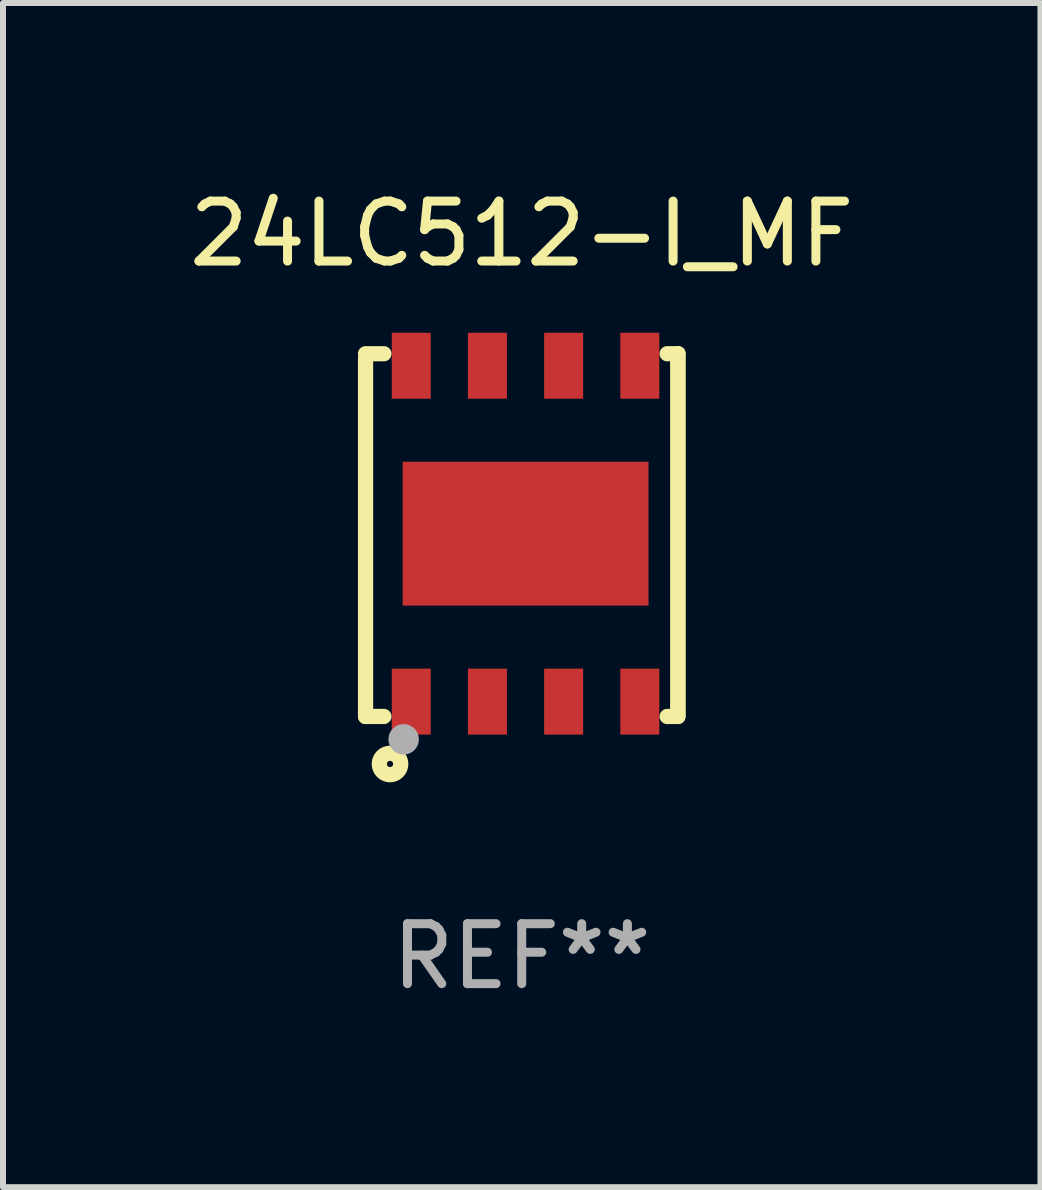
<source format=kicad_pcb>
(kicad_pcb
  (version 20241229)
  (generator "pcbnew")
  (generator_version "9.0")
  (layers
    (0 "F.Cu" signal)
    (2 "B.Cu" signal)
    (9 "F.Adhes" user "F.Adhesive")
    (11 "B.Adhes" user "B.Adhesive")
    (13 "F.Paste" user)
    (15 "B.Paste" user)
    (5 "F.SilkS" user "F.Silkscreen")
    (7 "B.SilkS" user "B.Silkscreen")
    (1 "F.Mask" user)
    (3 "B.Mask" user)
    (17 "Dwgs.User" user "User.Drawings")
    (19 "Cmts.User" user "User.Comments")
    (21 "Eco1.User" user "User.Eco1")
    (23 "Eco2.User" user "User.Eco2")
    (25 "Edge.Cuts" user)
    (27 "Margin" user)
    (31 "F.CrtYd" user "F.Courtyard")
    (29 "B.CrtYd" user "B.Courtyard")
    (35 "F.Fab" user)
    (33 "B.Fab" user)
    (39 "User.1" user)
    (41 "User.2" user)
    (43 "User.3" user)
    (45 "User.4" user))
  (footprint "24LC512-I_MF"
    (layer "F.Cu")
    (at 5.649 5.872)
    (property "Reference" "24LC512-I_MF" (at 0 -5.024 0) (layer "F.SilkS") (effects (font (size 1 1) (thickness 0.15))))
    (attr through_hole)
    (fp_line (start -2.604 -2.945) (end -2.604 3.024) (stroke (width 0.254) (type solid)) (layer "F.SilkS"))
    (fp_line (start -2.604 3.024) (end -2.298 3.024) (stroke (width 0.254) (type solid)) (layer "F.SilkS"))
    (fp_line (start -2.298 -3.024) (end -2.604 -3.024) (stroke (width 0.254) (type solid)) (layer "F.SilkS"))
    (fp_line (start 2.425 3.024) (end 2.604 3.024) (stroke (width 0.254) (type solid)) (layer "F.SilkS"))
    (fp_line (start 2.604 -3.024) (end 2.425 -3.024) (stroke (width 0.254) (type solid)) (layer "F.SilkS"))
    (fp_line (start 2.604 -3.024) (end 2.604 2.976) (stroke (width 0.254) (type solid)) (layer "F.SilkS"))
    (fp_line (start 2.604 3.024) (end 2.604 -3.024) (stroke (width 0.254) (type solid)) (layer "F.SilkS"))
    (fp_circle (center -2.437 2.976) (end -2.407 2.976) (stroke (width 0.06) (type solid)) (fill no) (layer "F.SilkS"))
    (fp_circle (center -2.196 3.816) (end -2.017 3.816) (stroke (width 0.254) (type solid)) (fill no) (layer "F.SilkS"))
    (fp_circle (center -1.969 3.405) (end -1.842 3.405) (stroke (width 0.254) (type solid)) (fill no) (layer "F.Fab"))
    (fp_text user "REF**" (at 0 7.024 0) (layer "F.Fab") (effects (font (size 1 1) (thickness 0.15))))
    (pad "1" smd rect (at -1.842 2.776) (size 0.65 1.1) (layers "F.Cu" "F.Mask" "F.Paste"))
    (pad "2" smd rect (at -0.572 2.776) (size 0.65 1.1) (layers "F.Cu" "F.Mask" "F.Paste"))
    (pad "3" smd rect (at 0.699 2.776) (size 0.65 1.1) (layers "F.Cu" "F.Mask" "F.Paste"))
    (pad "4" smd rect (at 1.969 2.776) (size 0.65 1.1) (layers "F.Cu" "F.Mask" "F.Paste"))
    (pad "5" smd rect (at 1.969 -2.824) (size 0.65 1.1) (layers "F.Cu" "F.Mask" "F.Paste"))
    (pad "6" smd rect (at 0.699 -2.824) (size 0.65 1.1) (layers "F.Cu" "F.Mask" "F.Paste"))
    (pad "7" smd rect (at -0.572 -2.824) (size 0.65 1.1) (layers "F.Cu" "F.Mask" "F.Paste"))
    (pad "8" smd rect (at -1.842 -2.824) (size 0.65 1.1) (layers "F.Cu" "F.Mask" "F.Paste"))
    (pad "9" smd rect (at 0.064 -0.024) (size 4.1 2.4) (layers "F.Cu" "F.Mask" "F.Paste")))
  (gr_rect
    (start -3 -3)
    (end 14.298 16.745)
    (stroke (width 0.1) (type default))
    (fill no)
    (layer "Edge.Cuts")))
</source>
